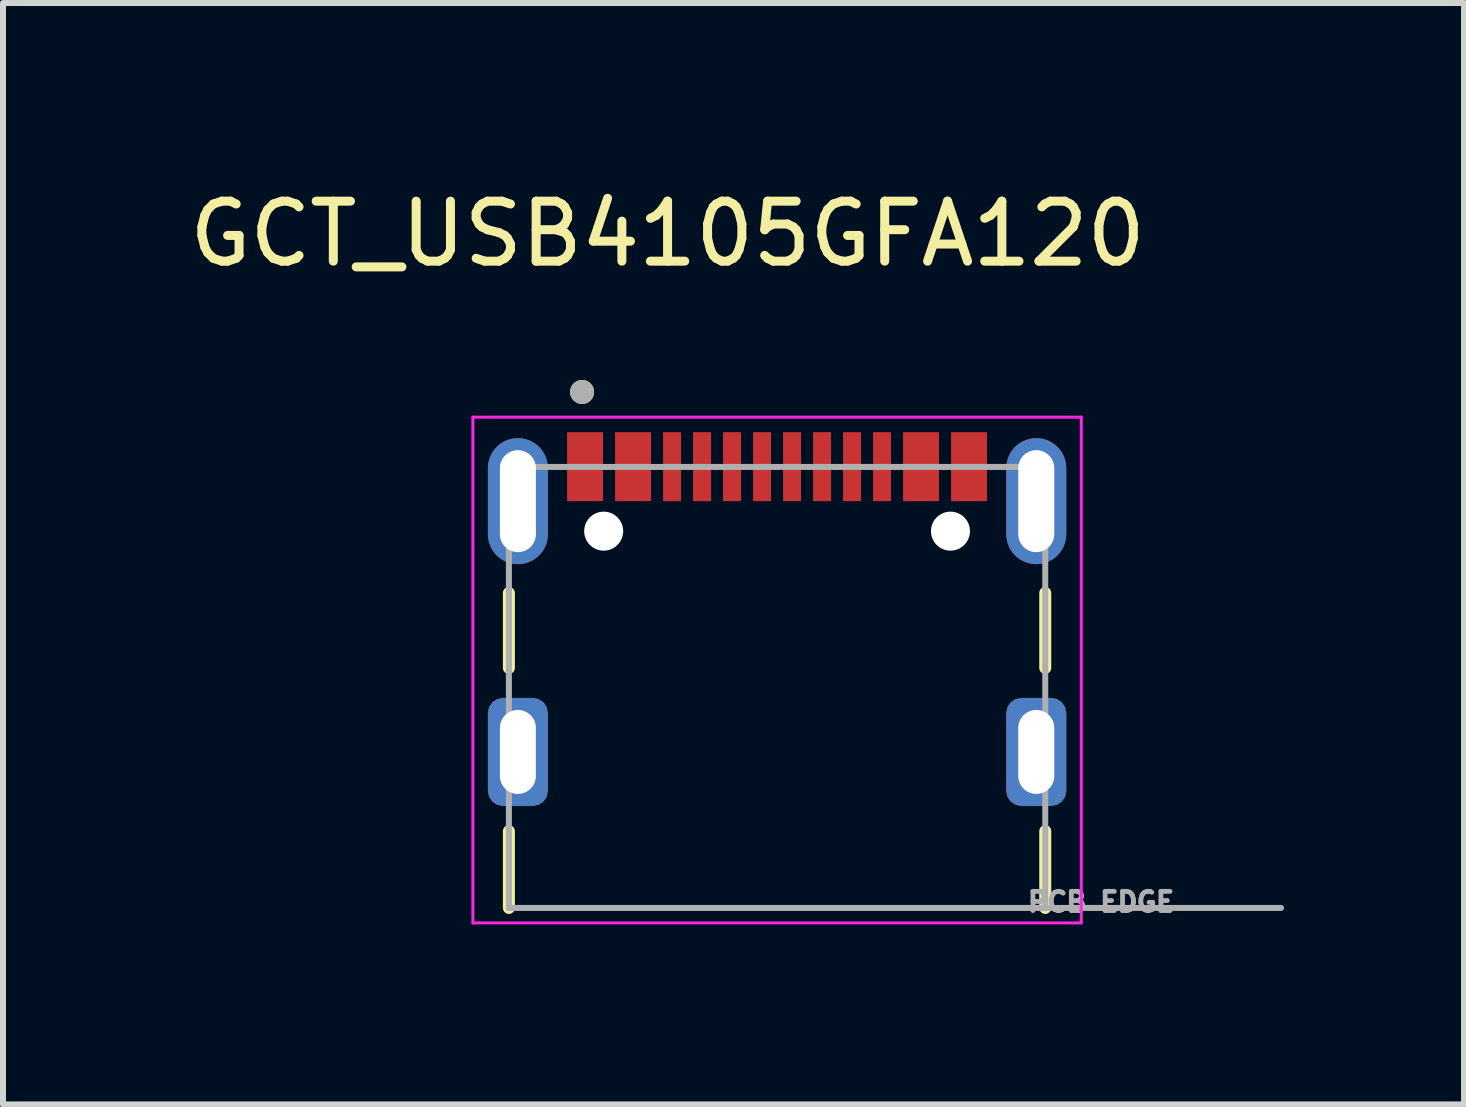
<source format=kicad_pcb>
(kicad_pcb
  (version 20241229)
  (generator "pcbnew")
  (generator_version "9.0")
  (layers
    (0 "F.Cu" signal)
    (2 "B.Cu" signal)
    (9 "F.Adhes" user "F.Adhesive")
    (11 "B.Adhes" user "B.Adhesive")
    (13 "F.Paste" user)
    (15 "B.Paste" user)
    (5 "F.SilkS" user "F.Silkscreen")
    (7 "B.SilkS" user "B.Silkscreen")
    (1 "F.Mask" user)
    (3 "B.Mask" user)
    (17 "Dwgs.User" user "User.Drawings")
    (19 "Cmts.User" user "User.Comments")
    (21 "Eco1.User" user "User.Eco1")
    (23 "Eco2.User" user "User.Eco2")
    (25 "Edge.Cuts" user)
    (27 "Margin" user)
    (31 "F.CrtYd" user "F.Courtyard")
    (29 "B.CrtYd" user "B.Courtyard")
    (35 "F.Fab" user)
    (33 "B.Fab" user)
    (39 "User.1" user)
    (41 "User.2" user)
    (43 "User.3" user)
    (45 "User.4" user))
  (footprint "GCT_USB4105GFA120"
    (layer "F.Cu")
    (at 9.902 9.483)
    (property "Reference" "GCT_USB4105GFA120" (at -1.825 -8.635 0) (layer "F.SilkS") (effects (font (size 1 1) (thickness 0.15))))
    (attr smd)
    (fp_line (start -4.47 -2.65) (end -4.47 -1.4) (stroke (width 0.2) (type solid)) (layer "F.SilkS"))
    (fp_line (start -4.47 1.32) (end -4.47 2.6) (stroke (width 0.2) (type solid)) (layer "F.SilkS"))
    (fp_line (start 4.47 -2.65) (end 4.47 -1.4) (stroke (width 0.2) (type solid)) (layer "F.SilkS"))
    (fp_line (start 4.47 2.6) (end 4.47 1.32) (stroke (width 0.2) (type solid)) (layer "F.SilkS"))
    (fp_circle (center -3.25 -6) (end -3.15 -6) (stroke (width 0.2) (type solid)) (fill no) (layer "F.SilkS"))
    (fp_line (start -5.07 -5.58) (end -5.07 2.85) (stroke (width 0.05) (type solid)) (layer "F.CrtYd"))
    (fp_line (start -5.07 2.85) (end 5.07 2.85) (stroke (width 0.05) (type solid)) (layer "F.CrtYd"))
    (fp_line (start 5.07 -5.58) (end -5.07 -5.58) (stroke (width 0.05) (type solid)) (layer "F.CrtYd"))
    (fp_line (start 5.07 2.85) (end 5.07 -5.58) (stroke (width 0.05) (type solid)) (layer "F.CrtYd"))
    (fp_line (start -4.47 -4.75) (end 4.47 -4.75) (stroke (width 0.1) (type solid)) (layer "F.Fab"))
    (fp_line (start -4.47 2.6) (end -4.47 -4.75) (stroke (width 0.1) (type solid)) (layer "F.Fab"))
    (fp_line (start 4.47 -4.75) (end 4.47 2.6) (stroke (width 0.1) (type solid)) (layer "F.Fab"))
    (fp_line (start 4.47 2.6) (end -4.47 2.6) (stroke (width 0.1) (type solid)) (layer "F.Fab"))
    (fp_line (start 4.47 2.6) (end 8.4 2.6) (stroke (width 0.1) (type solid)) (layer "F.Fab"))
    (fp_circle (center -3.25 -6) (end -3.15 -6) (stroke (width 0.2) (type solid)) (fill no) (layer "F.Fab"))
    (fp_text user "PCB EDGE" (at 5.4 2.5 0) (layer "F.Fab") (effects (font (size 0.32 0.32) (thickness 0.15))))
    (pad "" np_thru_hole circle (at -2.89 -3.68) (size 0.65 0.65) (drill 0.65) (layers "*.Cu" "*.Mask"))
    (pad "" np_thru_hole circle (at 2.89 -3.68) (size 0.65 0.65) (drill 0.65) (layers "*.Cu" "*.Mask"))
    (pad "A1_B12" smd rect (at -3.2 -4.755) (size 0.6 1.15) (layers "F.Cu" "F.Mask" "F.Paste"))
    (pad "A4_B9" smd rect (at -2.4 -4.755) (size 0.6 1.15) (layers "F.Cu" "F.Mask" "F.Paste"))
    (pad "A5" smd rect (at -1.25 -4.755) (size 0.3 1.15) (layers "F.Cu" "F.Mask" "F.Paste"))
    (pad "A6" smd rect (at -0.25 -4.755) (size 0.3 1.15) (layers "F.Cu" "F.Mask" "F.Paste"))
    (pad "A7" smd rect (at 0.25 -4.755) (size 0.3 1.15) (layers "F.Cu" "F.Mask" "F.Paste"))
    (pad "A8" smd rect (at 1.25 -4.755) (size 0.3 1.15) (layers "F.Cu" "F.Mask" "F.Paste"))
    (pad "B1_A12" smd rect (at 3.2 -4.755) (size 0.6 1.15) (layers "F.Cu" "F.Mask" "F.Paste"))
    (pad "B4_A9" smd rect (at 2.4 -4.755) (size 0.6 1.15) (layers "F.Cu" "F.Mask" "F.Paste"))
    (pad "B5" smd rect (at 1.75 -4.755) (size 0.3 1.15) (layers "F.Cu" "F.Mask" "F.Paste"))
    (pad "B6" smd rect (at 0.75 -4.755) (size 0.3 1.15) (layers "F.Cu" "F.Mask" "F.Paste"))
    (pad "B7" smd rect (at -0.75 -4.755) (size 0.3 1.15) (layers "F.Cu" "F.Mask" "F.Paste"))
    (pad "B8" smd rect (at -1.75 -4.755) (size 0.3 1.15) (layers "F.Cu" "F.Mask" "F.Paste"))
    (pad "SH" thru_hole oval (at -4.32 -4.18) (size 1 2.1) (drill oval 0.6 1.7) (layers "*.Cu" "*.Mask"))
    (pad "SH" thru_hole roundrect (at -4.32 0) (size 1 1.8) (drill oval 0.6 1.4) (layers "*.Cu" "*.Mask") (roundrect_rratio 0.25))
    (pad "SH" thru_hole oval (at 4.32 -4.18) (size 1 2.1) (drill oval 0.6 1.7) (layers "*.Cu" "*.Mask"))
    (pad "SH" thru_hole roundrect (at 4.32 0) (size 1 1.8) (drill oval 0.6 1.4) (layers "*.Cu" "*.Mask") (roundrect_rratio 0.25)))
  (gr_rect
    (start -3 -3)
    (end 21.352 15.358)
    (stroke (width 0.1) (type default))
    (fill no)
    (layer "Edge.Cuts")))
</source>
